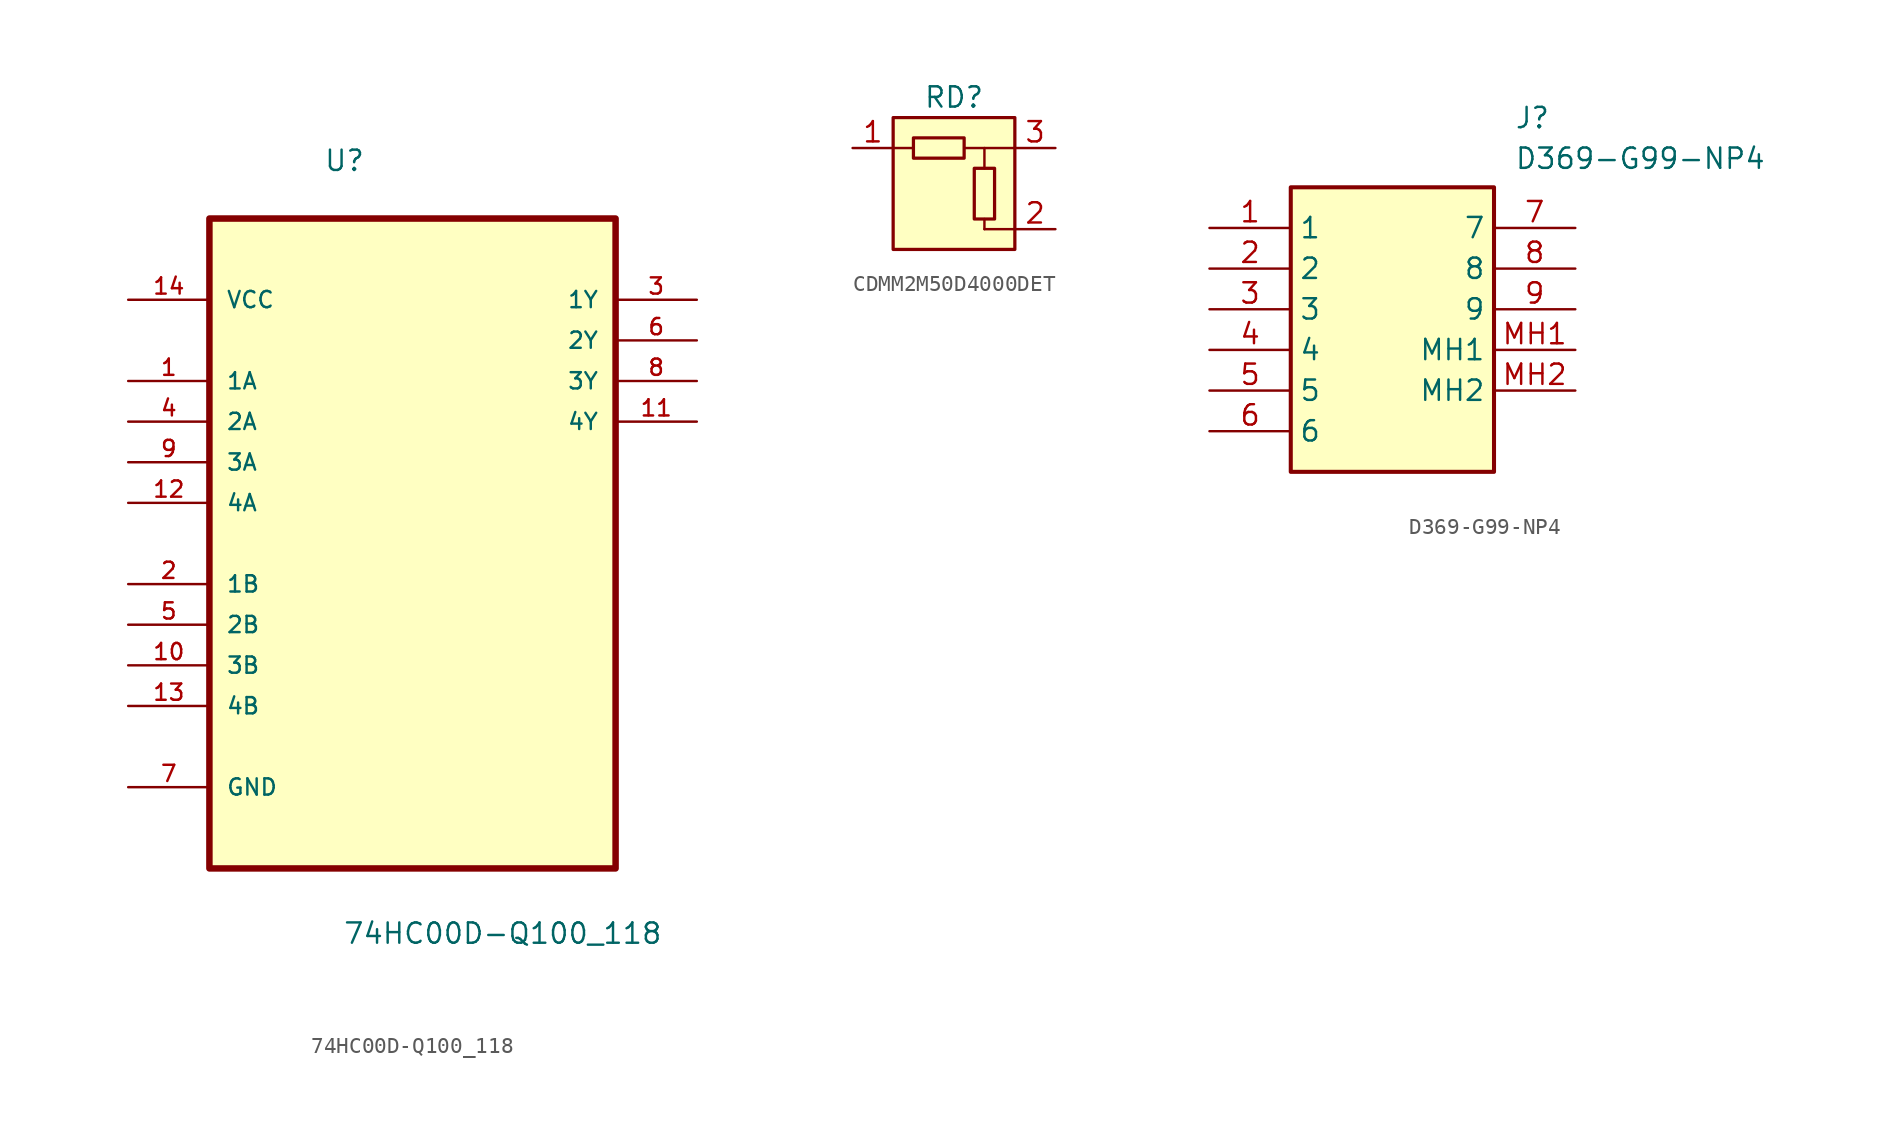
<source format=kicad_sym>
(kicad_symbol_lib
  (version 20211014)
  (generator kicad_symbol_editor)
  (symbol "74HC00D-Q100_118"
    (pin_names
      (offset 1.016))
    (property "Reference" "U"
      (at -5.564 20.656 0.0)
      (effects (font (size 1.27 1.27)) (justify bottom left)))
    (property "Value" "74HC00D-Q100_118"
      (at -4.374 -27.67 0.0)
      (effects (font (size 1.27 1.27)) (justify bottom left)))
    (symbol "74HC00D-Q100_118_0_0"
      (rectangle (start -12.7 -22.86) (end 12.7 17.78) (stroke (width 0.406)) (fill (type background)))
      (pin power_in line (at -17.78 12.7 0) (length 5.08) (name "VCC" (effects (font (size 1.016 1.016)))) (number "14" (effects (font (size 1.016 1.016)))))
      (pin input line (at -17.78 7.62 0) (length 5.08) (name "1A" (effects (font (size 1.016 1.016)))) (number "1" (effects (font (size 1.016 1.016)))))
      (pin input line (at -17.78 5.08 0) (length 5.08) (name "2A" (effects (font (size 1.016 1.016)))) (number "4" (effects (font (size 1.016 1.016)))))
      (pin input line (at -17.78 2.54 0) (length 5.08) (name "3A" (effects (font (size 1.016 1.016)))) (number "9" (effects (font (size 1.016 1.016)))))
      (pin input line (at -17.78 0.0 0) (length 5.08) (name "4A" (effects (font (size 1.016 1.016)))) (number "12" (effects (font (size 1.016 1.016)))))
      (pin input line (at -17.78 -5.08 0) (length 5.08) (name "1B" (effects (font (size 1.016 1.016)))) (number "2" (effects (font (size 1.016 1.016)))))
      (pin input line (at -17.78 -7.62 0) (length 5.08) (name "2B" (effects (font (size 1.016 1.016)))) (number "5" (effects (font (size 1.016 1.016)))))
      (pin passive line (at -17.78 -10.16 0) (length 5.08) (name "3B" (effects (font (size 1.016 1.016)))) (number "10" (effects (font (size 1.016 1.016)))))
      (pin input line (at -17.78 -12.7 0) (length 5.08) (name "4B" (effects (font (size 1.016 1.016)))) (number "13" (effects (font (size 1.016 1.016)))))
      (pin passive line (at -17.78 -17.78 0) (length 5.08) (name "GND" (effects (font (size 1.016 1.016)))) (number "7" (effects (font (size 1.016 1.016)))))
      (pin output line (at 17.78 12.7 180.0) (length 5.08) (name "1Y" (effects (font (size 1.016 1.016)))) (number "3" (effects (font (size 1.016 1.016)))))
      (pin output line (at 17.78 10.16 180.0) (length 5.08) (name "2Y" (effects (font (size 1.016 1.016)))) (number "6" (effects (font (size 1.016 1.016)))))
      (pin output line (at 17.78 7.62 180.0) (length 5.08) (name "3Y" (effects (font (size 1.016 1.016)))) (number "8" (effects (font (size 1.016 1.016)))))
      (pin output line (at 17.78 5.08 180.0) (length 5.08) (name "4Y" (effects (font (size 1.016 1.016)))) (number "11" (effects (font (size 1.016 1.016)))))))
  (symbol "CDMM2M50D4000DET"
    (pin_names
      (offset 0))
    (property "Reference" "RD"
      (at 0 5.715 0)
      (effects (font (size 1.27 1.27))))
    (property "Value" ""
      (at 1.905 2.54 0)
      (effects (font (size 1.27 1.27))))
    (symbol "CDMM2M50D4000DET_0_1"
      (rectangle (start -2.54 3.175) (end 0.635 1.905) (stroke (width 0.203) (type default)) (fill (type none)))
      (polyline (pts (xy 1.905 -2.54) (xy 3.81 -2.54)) (stroke (width 0) (type default)) (fill (type none)))
      (polyline (pts (xy 1.905 2.54) (xy 3.81 2.54)) (stroke (width 0) (type default)) (fill (type none)))
      (polyline (pts (xy 0.635 2.54) (xy 1.905 2.54) (xy 1.905 1.27)) (stroke (width 0) (type default)) (fill (type none)))
      (rectangle (start 1.27 1.27) (end 2.54 -1.905) (stroke (width 0.203) (type default)) (fill (type none))))
    (symbol "CDMM2M50D4000DET_1_1"
      (rectangle (start -3.81 4.445) (end 3.81 -3.81) (stroke (width 0.203) (type default)) (fill (type background)))
      (polyline (pts (xy -2.54 2.54) (xy -3.81 2.54)) (stroke (width 0) (type default)) (fill (type none)))
      (polyline (pts (xy 1.905 -1.905) (xy 1.905 -2.54)) (stroke (width 0) (type default)) (fill (type none)))
      (pin power_in line (at -6.35 2.54 0) (length 2.54) (name "~" (effects (font (size 1.27 1.27)))) (number "1" (effects (font (size 1.27 1.27)))))
      (pin power_out line (at 6.35 -2.54 180) (length 2.54) (name "~" (effects (font (size 1.27 1.27)))) (number "2" (effects (font (size 1.27 1.27)))))
      (pin output line (at 6.35 2.54 180) (length 2.54) (name "~" (effects (font (size 1.27 1.27)))) (number "3" (effects (font (size 1.27 1.27)))))))
  (symbol "D369-G99-NP4"
    (property "Reference" "J"
      (at 19.05 7.62 0)
      (effects (font (size 1.27 1.27)) (justify left top)))
    (property "Value" "D369-G99-NP4"
      (at 19.05 5.08 0)
      (effects (font (size 1.27 1.27)) (justify left top)))
    (rectangle
      (start 5.08 2.54)
      (end 17.78 -15.24)
      (stroke (width 0.254) (type default))
      (fill (type background)))
    (pin passive line
      (at 0 0 0)
      (length 5.08)
      (name "1" (effects (font (size 1.27 1.27))))
      (number "1" (effects (font (size 1.27 1.27)))))
    (pin passive line
      (at 0 -2.54 0)
      (length 5.08)
      (name "2" (effects (font (size 1.27 1.27))))
      (number "2" (effects (font (size 1.27 1.27)))))
    (pin passive line
      (at 0 -5.08 0)
      (length 5.08)
      (name "3" (effects (font (size 1.27 1.27))))
      (number "3" (effects (font (size 1.27 1.27)))))
    (pin passive line
      (at 0 -7.62 0)
      (length 5.08)
      (name "4" (effects (font (size 1.27 1.27))))
      (number "4" (effects (font (size 1.27 1.27)))))
    (pin passive line
      (at 0 -10.16 0)
      (length 5.08)
      (name "5" (effects (font (size 1.27 1.27))))
      (number "5" (effects (font (size 1.27 1.27)))))
    (pin passive line
      (at 0 -12.7 0)
      (length 5.08)
      (name "6" (effects (font (size 1.27 1.27))))
      (number "6" (effects (font (size 1.27 1.27)))))
    (pin passive line
      (at 22.86 0 180)
      (length 5.08)
      (name "7" (effects (font (size 1.27 1.27))))
      (number "7" (effects (font (size 1.27 1.27)))))
    (pin passive line
      (at 22.86 -2.54 180)
      (length 5.08)
      (name "8" (effects (font (size 1.27 1.27))))
      (number "8" (effects (font (size 1.27 1.27)))))
    (pin passive line
      (at 22.86 -5.08 180)
      (length 5.08)
      (name "9" (effects (font (size 1.27 1.27))))
      (number "9" (effects (font (size 1.27 1.27)))))
    (pin passive line
      (at 22.86 -7.62 180)
      (length 5.08)
      (name "MH1" (effects (font (size 1.27 1.27))))
      (number "MH1" (effects (font (size 1.27 1.27)))))
    (pin passive line
      (at 22.86 -10.16 180)
      (length 5.08)
      (name "MH2" (effects (font (size 1.27 1.27))))
      (number "MH2" (effects (font (size 1.27 1.27)))))))
</source>
